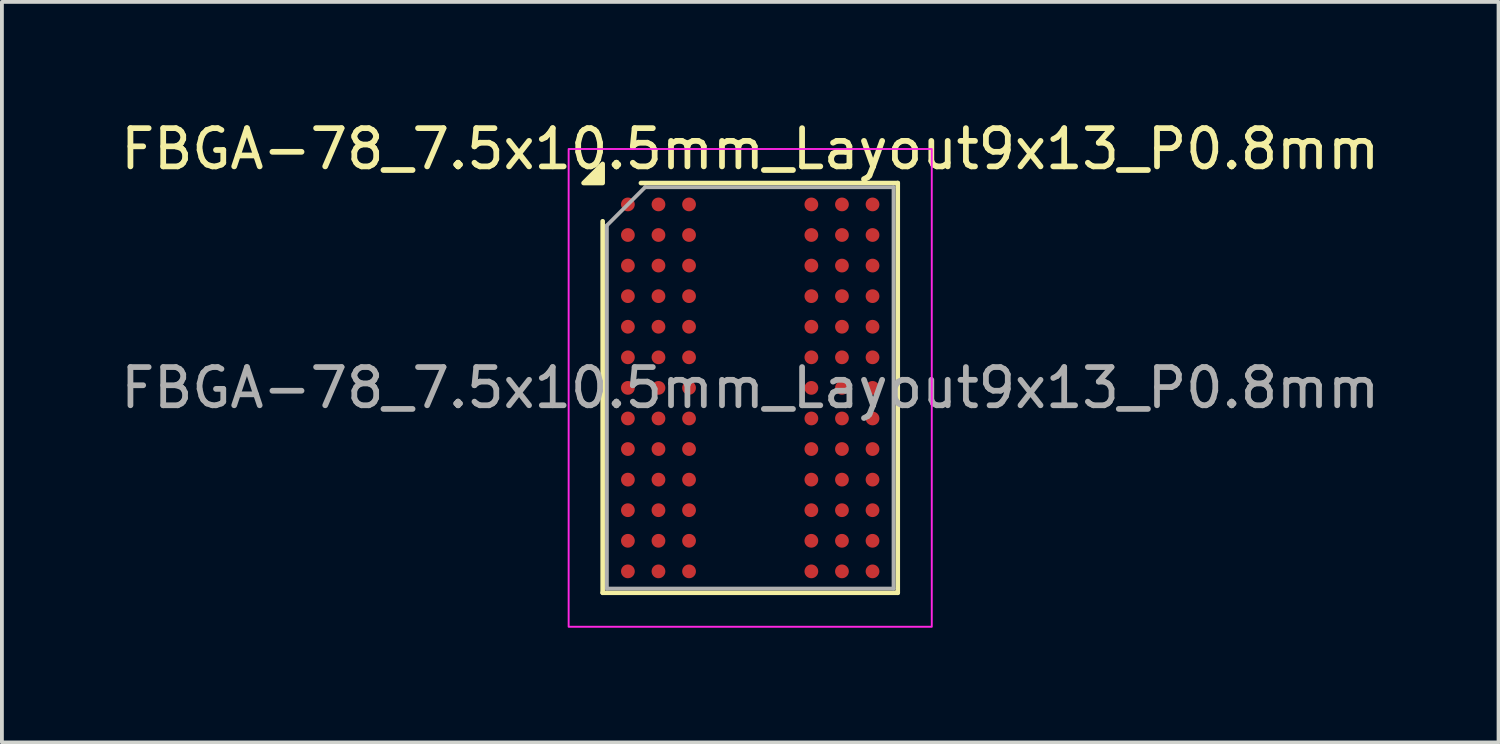
<source format=kicad_pcb>
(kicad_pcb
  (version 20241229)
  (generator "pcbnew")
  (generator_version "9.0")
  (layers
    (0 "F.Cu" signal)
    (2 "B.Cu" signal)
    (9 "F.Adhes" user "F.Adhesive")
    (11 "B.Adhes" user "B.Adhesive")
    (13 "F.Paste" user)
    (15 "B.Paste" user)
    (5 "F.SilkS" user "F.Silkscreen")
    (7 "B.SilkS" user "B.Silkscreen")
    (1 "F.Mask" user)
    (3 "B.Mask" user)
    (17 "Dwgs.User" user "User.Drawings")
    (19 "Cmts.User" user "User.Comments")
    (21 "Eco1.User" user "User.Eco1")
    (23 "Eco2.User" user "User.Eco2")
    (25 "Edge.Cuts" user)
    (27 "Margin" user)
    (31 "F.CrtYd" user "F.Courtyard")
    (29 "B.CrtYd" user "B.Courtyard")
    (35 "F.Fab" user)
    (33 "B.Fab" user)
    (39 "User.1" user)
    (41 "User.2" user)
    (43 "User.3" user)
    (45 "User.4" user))
  (footprint "FBGA-78_7.5x10.5mm_Layout9x13_P0.8mm"
    (layer "F.Cu")
    (at 16.577 7.098)
    (property "Reference" "FBGA-78_7.5x10.5mm_Layout9x13_P0.8mm" (at 0 -6.25 0) (layer "F.SilkS") (effects (font (size 1 1) (thickness 0.15))))
    (attr smd)
    (fp_line (start -3.86 5.36) (end -3.86 -4.36) (stroke (width 0.12) (type solid)) (layer "F.SilkS"))
    (fp_line (start -2.86 -5.36) (end 3.86 -5.36) (stroke (width 0.12) (type solid)) (layer "F.SilkS"))
    (fp_line (start 3.86 -5.36) (end 3.86 5.36) (stroke (width 0.12) (type solid)) (layer "F.SilkS"))
    (fp_line (start 3.86 5.36) (end -3.86 5.36) (stroke (width 0.12) (type solid)) (layer "F.SilkS"))
    (fp_poly (pts (xy -3.86 -5.36) (xy -4.36 -5.36) (xy -3.86 -5.86)) (stroke (width 0.12) (type solid)) (fill yes) (layer "F.SilkS"))
    (fp_rect (start -4.75 -6.25) (end 4.75 6.25) (stroke (width 0.05) (type solid)) (fill no) (layer "F.CrtYd"))
    (fp_line (start -3.75 -4.25) (end -2.75 -5.25) (stroke (width 0.1) (type solid)) (layer "F.Fab"))
    (fp_line (start -3.75 5.25) (end -3.75 -4.25) (stroke (width 0.1) (type solid)) (layer "F.Fab"))
    (fp_line (start -2.75 -5.25) (end 3.75 -5.25) (stroke (width 0.1) (type solid)) (layer "F.Fab"))
    (fp_line (start 3.75 -5.25) (end 3.75 5.25) (stroke (width 0.1) (type solid)) (layer "F.Fab"))
    (fp_line (start 3.75 5.25) (end -3.75 5.25) (stroke (width 0.1) (type solid)) (layer "F.Fab"))
    (fp_text user "${REFERENCE}" (at 0 0 0) (layer "F.Fab") (effects (font (size 1 1) (thickness 0.15))))
    (pad "A1" smd circle (at -3.2 -4.8) (size 0.36 0.36) (property pad_prop_bga) (layers "F.Cu" "F.Mask" "F.Paste"))
    (pad "A2" smd circle (at -2.4 -4.8) (size 0.36 0.36) (property pad_prop_bga) (layers "F.Cu" "F.Mask" "F.Paste"))
    (pad "A3" smd circle (at -1.6 -4.8) (size 0.36 0.36) (property pad_prop_bga) (layers "F.Cu" "F.Mask" "F.Paste"))
    (pad "A7" smd circle (at 1.6 -4.8) (size 0.36 0.36) (property pad_prop_bga) (layers "F.Cu" "F.Mask" "F.Paste"))
    (pad "A8" smd circle (at 2.4 -4.8) (size 0.36 0.36) (property pad_prop_bga) (layers "F.Cu" "F.Mask" "F.Paste"))
    (pad "A9" smd circle (at 3.2 -4.8) (size 0.36 0.36) (property pad_prop_bga) (layers "F.Cu" "F.Mask" "F.Paste"))
    (pad "B1" smd circle (at -3.2 -4) (size 0.36 0.36) (property pad_prop_bga) (layers "F.Cu" "F.Mask" "F.Paste"))
    (pad "B2" smd circle (at -2.4 -4) (size 0.36 0.36) (property pad_prop_bga) (layers "F.Cu" "F.Mask" "F.Paste"))
    (pad "B3" smd circle (at -1.6 -4) (size 0.36 0.36) (property pad_prop_bga) (layers "F.Cu" "F.Mask" "F.Paste"))
    (pad "B7" smd circle (at 1.6 -4) (size 0.36 0.36) (property pad_prop_bga) (layers "F.Cu" "F.Mask" "F.Paste"))
    (pad "B8" smd circle (at 2.4 -4) (size 0.36 0.36) (property pad_prop_bga) (layers "F.Cu" "F.Mask" "F.Paste"))
    (pad "B9" smd circle (at 3.2 -4) (size 0.36 0.36) (property pad_prop_bga) (layers "F.Cu" "F.Mask" "F.Paste"))
    (pad "C1" smd circle (at -3.2 -3.2) (size 0.36 0.36) (property pad_prop_bga) (layers "F.Cu" "F.Mask" "F.Paste"))
    (pad "C2" smd circle (at -2.4 -3.2) (size 0.36 0.36) (property pad_prop_bga) (layers "F.Cu" "F.Mask" "F.Paste"))
    (pad "C3" smd circle (at -1.6 -3.2) (size 0.36 0.36) (property pad_prop_bga) (layers "F.Cu" "F.Mask" "F.Paste"))
    (pad "C7" smd circle (at 1.6 -3.2) (size 0.36 0.36) (property pad_prop_bga) (layers "F.Cu" "F.Mask" "F.Paste"))
    (pad "C8" smd circle (at 2.4 -3.2) (size 0.36 0.36) (property pad_prop_bga) (layers "F.Cu" "F.Mask" "F.Paste"))
    (pad "C9" smd circle (at 3.2 -3.2) (size 0.36 0.36) (property pad_prop_bga) (layers "F.Cu" "F.Mask" "F.Paste"))
    (pad "D1" smd circle (at -3.2 -2.4) (size 0.36 0.36) (property pad_prop_bga) (layers "F.Cu" "F.Mask" "F.Paste"))
    (pad "D2" smd circle (at -2.4 -2.4) (size 0.36 0.36) (property pad_prop_bga) (layers "F.Cu" "F.Mask" "F.Paste"))
    (pad "D3" smd circle (at -1.6 -2.4) (size 0.36 0.36) (property pad_prop_bga) (layers "F.Cu" "F.Mask" "F.Paste"))
    (pad "D7" smd circle (at 1.6 -2.4) (size 0.36 0.36) (property pad_prop_bga) (layers "F.Cu" "F.Mask" "F.Paste"))
    (pad "D8" smd circle (at 2.4 -2.4) (size 0.36 0.36) (property pad_prop_bga) (layers "F.Cu" "F.Mask" "F.Paste"))
    (pad "D9" smd circle (at 3.2 -2.4) (size 0.36 0.36) (property pad_prop_bga) (layers "F.Cu" "F.Mask" "F.Paste"))
    (pad "E1" smd circle (at -3.2 -1.6) (size 0.36 0.36) (property pad_prop_bga) (layers "F.Cu" "F.Mask" "F.Paste"))
    (pad "E2" smd circle (at -2.4 -1.6) (size 0.36 0.36) (property pad_prop_bga) (layers "F.Cu" "F.Mask" "F.Paste"))
    (pad "E3" smd circle (at -1.6 -1.6) (size 0.36 0.36) (property pad_prop_bga) (layers "F.Cu" "F.Mask" "F.Paste"))
    (pad "E7" smd circle (at 1.6 -1.6) (size 0.36 0.36) (property pad_prop_bga) (layers "F.Cu" "F.Mask" "F.Paste"))
    (pad "E8" smd circle (at 2.4 -1.6) (size 0.36 0.36) (property pad_prop_bga) (layers "F.Cu" "F.Mask" "F.Paste"))
    (pad "E9" smd circle (at 3.2 -1.6) (size 0.36 0.36) (property pad_prop_bga) (layers "F.Cu" "F.Mask" "F.Paste"))
    (pad "F1" smd circle (at -3.2 -0.8) (size 0.36 0.36) (property pad_prop_bga) (layers "F.Cu" "F.Mask" "F.Paste"))
    (pad "F2" smd circle (at -2.4 -0.8) (size 0.36 0.36) (property pad_prop_bga) (layers "F.Cu" "F.Mask" "F.Paste"))
    (pad "F3" smd circle (at -1.6 -0.8) (size 0.36 0.36) (property pad_prop_bga) (layers "F.Cu" "F.Mask" "F.Paste"))
    (pad "F7" smd circle (at 1.6 -0.8) (size 0.36 0.36) (property pad_prop_bga) (layers "F.Cu" "F.Mask" "F.Paste"))
    (pad "F8" smd circle (at 2.4 -0.8) (size 0.36 0.36) (property pad_prop_bga) (layers "F.Cu" "F.Mask" "F.Paste"))
    (pad "F9" smd circle (at 3.2 -0.8) (size 0.36 0.36) (property pad_prop_bga) (layers "F.Cu" "F.Mask" "F.Paste"))
    (pad "G1" smd circle (at -3.2 0) (size 0.36 0.36) (property pad_prop_bga) (layers "F.Cu" "F.Mask" "F.Paste"))
    (pad "G2" smd circle (at -2.4 0) (size 0.36 0.36) (property pad_prop_bga) (layers "F.Cu" "F.Mask" "F.Paste"))
    (pad "G3" smd circle (at -1.6 0) (size 0.36 0.36) (property pad_prop_bga) (layers "F.Cu" "F.Mask" "F.Paste"))
    (pad "G7" smd circle (at 1.6 0) (size 0.36 0.36) (property pad_prop_bga) (layers "F.Cu" "F.Mask" "F.Paste"))
    (pad "G8" smd circle (at 2.4 0) (size 0.36 0.36) (property pad_prop_bga) (layers "F.Cu" "F.Mask" "F.Paste"))
    (pad "G9" smd circle (at 3.2 0) (size 0.36 0.36) (property pad_prop_bga) (layers "F.Cu" "F.Mask" "F.Paste"))
    (pad "H1" smd circle (at -3.2 0.8) (size 0.36 0.36) (property pad_prop_bga) (layers "F.Cu" "F.Mask" "F.Paste"))
    (pad "H2" smd circle (at -2.4 0.8) (size 0.36 0.36) (property pad_prop_bga) (layers "F.Cu" "F.Mask" "F.Paste"))
    (pad "H3" smd circle (at -1.6 0.8) (size 0.36 0.36) (property pad_prop_bga) (layers "F.Cu" "F.Mask" "F.Paste"))
    (pad "H7" smd circle (at 1.6 0.8) (size 0.36 0.36) (property pad_prop_bga) (layers "F.Cu" "F.Mask" "F.Paste"))
    (pad "H8" smd circle (at 2.4 0.8) (size 0.36 0.36) (property pad_prop_bga) (layers "F.Cu" "F.Mask" "F.Paste"))
    (pad "H9" smd circle (at 3.2 0.8) (size 0.36 0.36) (property pad_prop_bga) (layers "F.Cu" "F.Mask" "F.Paste"))
    (pad "J1" smd circle (at -3.2 1.6) (size 0.36 0.36) (property pad_prop_bga) (layers "F.Cu" "F.Mask" "F.Paste"))
    (pad "J2" smd circle (at -2.4 1.6) (size 0.36 0.36) (property pad_prop_bga) (layers "F.Cu" "F.Mask" "F.Paste"))
    (pad "J3" smd circle (at -1.6 1.6) (size 0.36 0.36) (property pad_prop_bga) (layers "F.Cu" "F.Mask" "F.Paste"))
    (pad "J7" smd circle (at 1.6 1.6) (size 0.36 0.36) (property pad_prop_bga) (layers "F.Cu" "F.Mask" "F.Paste"))
    (pad "J8" smd circle (at 2.4 1.6) (size 0.36 0.36) (property pad_prop_bga) (layers "F.Cu" "F.Mask" "F.Paste"))
    (pad "J9" smd circle (at 3.2 1.6) (size 0.36 0.36) (property pad_prop_bga) (layers "F.Cu" "F.Mask" "F.Paste"))
    (pad "K1" smd circle (at -3.2 2.4) (size 0.36 0.36) (property pad_prop_bga) (layers "F.Cu" "F.Mask" "F.Paste"))
    (pad "K2" smd circle (at -2.4 2.4) (size 0.36 0.36) (property pad_prop_bga) (layers "F.Cu" "F.Mask" "F.Paste"))
    (pad "K3" smd circle (at -1.6 2.4) (size 0.36 0.36) (property pad_prop_bga) (layers "F.Cu" "F.Mask" "F.Paste"))
    (pad "K7" smd circle (at 1.6 2.4) (size 0.36 0.36) (property pad_prop_bga) (layers "F.Cu" "F.Mask" "F.Paste"))
    (pad "K8" smd circle (at 2.4 2.4) (size 0.36 0.36) (property pad_prop_bga) (layers "F.Cu" "F.Mask" "F.Paste"))
    (pad "K9" smd circle (at 3.2 2.4) (size 0.36 0.36) (property pad_prop_bga) (layers "F.Cu" "F.Mask" "F.Paste"))
    (pad "L1" smd circle (at -3.2 3.2) (size 0.36 0.36) (property pad_prop_bga) (layers "F.Cu" "F.Mask" "F.Paste"))
    (pad "L2" smd circle (at -2.4 3.2) (size 0.36 0.36) (property pad_prop_bga) (layers "F.Cu" "F.Mask" "F.Paste"))
    (pad "L3" smd circle (at -1.6 3.2) (size 0.36 0.36) (property pad_prop_bga) (layers "F.Cu" "F.Mask" "F.Paste"))
    (pad "L7" smd circle (at 1.6 3.2) (size 0.36 0.36) (property pad_prop_bga) (layers "F.Cu" "F.Mask" "F.Paste"))
    (pad "L8" smd circle (at 2.4 3.2) (size 0.36 0.36) (property pad_prop_bga) (layers "F.Cu" "F.Mask" "F.Paste"))
    (pad "L9" smd circle (at 3.2 3.2) (size 0.36 0.36) (property pad_prop_bga) (layers "F.Cu" "F.Mask" "F.Paste"))
    (pad "M1" smd circle (at -3.2 4) (size 0.36 0.36) (property pad_prop_bga) (layers "F.Cu" "F.Mask" "F.Paste"))
    (pad "M2" smd circle (at -2.4 4) (size 0.36 0.36) (property pad_prop_bga) (layers "F.Cu" "F.Mask" "F.Paste"))
    (pad "M3" smd circle (at -1.6 4) (size 0.36 0.36) (property pad_prop_bga) (layers "F.Cu" "F.Mask" "F.Paste"))
    (pad "M7" smd circle (at 1.6 4) (size 0.36 0.36) (property pad_prop_bga) (layers "F.Cu" "F.Mask" "F.Paste"))
    (pad "M8" smd circle (at 2.4 4) (size 0.36 0.36) (property pad_prop_bga) (layers "F.Cu" "F.Mask" "F.Paste"))
    (pad "M9" smd circle (at 3.2 4) (size 0.36 0.36) (property pad_prop_bga) (layers "F.Cu" "F.Mask" "F.Paste"))
    (pad "N1" smd circle (at -3.2 4.8) (size 0.36 0.36) (property pad_prop_bga) (layers "F.Cu" "F.Mask" "F.Paste"))
    (pad "N2" smd circle (at -2.4 4.8) (size 0.36 0.36) (property pad_prop_bga) (layers "F.Cu" "F.Mask" "F.Paste"))
    (pad "N3" smd circle (at -1.6 4.8) (size 0.36 0.36) (property pad_prop_bga) (layers "F.Cu" "F.Mask" "F.Paste"))
    (pad "N7" smd circle (at 1.6 4.8) (size 0.36 0.36) (property pad_prop_bga) (layers "F.Cu" "F.Mask" "F.Paste"))
    (pad "N8" smd circle (at 2.4 4.8) (size 0.36 0.36) (property pad_prop_bga) (layers "F.Cu" "F.Mask" "F.Paste"))
    (pad "N9" smd circle (at 3.2 4.8) (size 0.36 0.36) (property pad_prop_bga) (layers "F.Cu" "F.Mask" "F.Paste")))
  (gr_rect
    (start -3 -3)
    (end 36.155 16.373)
    (stroke (width 0.1) (type default))
    (fill no)
    (layer "Edge.Cuts")))
</source>
